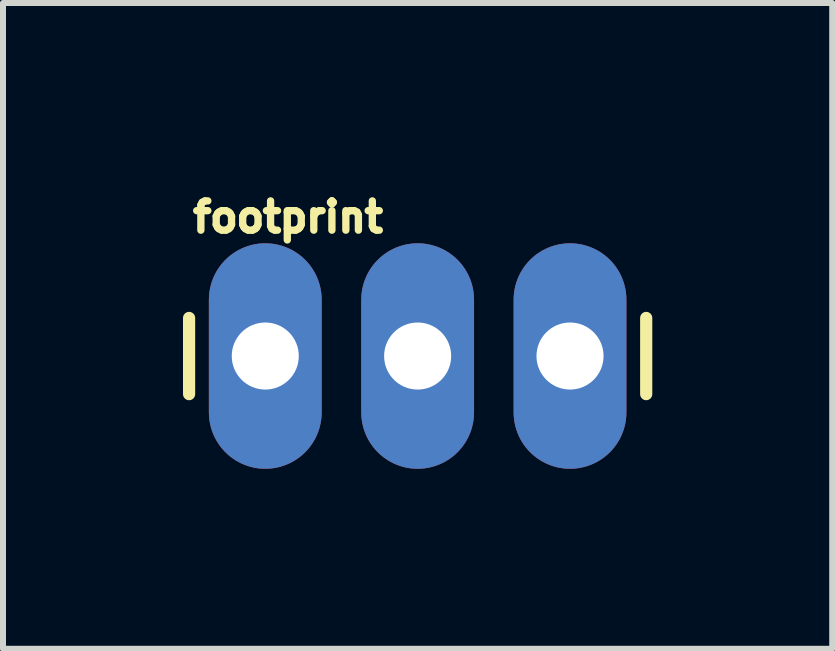
<source format=kicad_pcb>
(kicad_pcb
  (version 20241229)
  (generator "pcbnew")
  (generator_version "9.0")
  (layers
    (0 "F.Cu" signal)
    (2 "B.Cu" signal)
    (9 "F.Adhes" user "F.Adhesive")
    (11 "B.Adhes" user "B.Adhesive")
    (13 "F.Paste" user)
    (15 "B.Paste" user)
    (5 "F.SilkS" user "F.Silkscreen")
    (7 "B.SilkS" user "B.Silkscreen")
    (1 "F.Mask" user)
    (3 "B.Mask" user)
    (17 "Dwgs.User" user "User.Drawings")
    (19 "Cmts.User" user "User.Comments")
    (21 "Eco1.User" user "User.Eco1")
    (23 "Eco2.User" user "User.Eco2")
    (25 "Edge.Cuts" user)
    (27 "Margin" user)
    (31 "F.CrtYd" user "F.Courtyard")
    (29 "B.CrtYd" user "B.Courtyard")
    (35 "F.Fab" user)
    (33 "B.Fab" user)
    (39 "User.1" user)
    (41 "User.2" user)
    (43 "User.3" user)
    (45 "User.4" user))
  (footprint "footprint"
    (layer "F.Cu")
    (at 1.372 2.885)
    (property "Reference" "footprint" (at -1.27 -2.032 0) (layer "F.SilkS") (effects (font (size 0.488 0.488) (thickness 0.122)) (justify left bottom)))
    (fp_line (start -1.27 -0.635) (end -1.27 0.635) (stroke (width 0.203) (type solid)) (layer "F.SilkS"))
    (fp_line (start 6.35 -0.635) (end 6.35 0.635) (stroke (width 0.203) (type solid)) (layer "F.SilkS"))
    (fp_poly (pts (xy -0.254 0.254) (xy 0.254 0.254) (xy 0.254 -0.254) (xy -0.254 -0.254)) (stroke (width 0.1) (type solid)) (fill no) (layer "F.Fab"))
    (fp_poly (pts (xy 2.286 0.254) (xy 2.794 0.254) (xy 2.794 -0.254) (xy 2.286 -0.254)) (stroke (width 0.1) (type solid)) (fill no) (layer "F.Fab"))
    (fp_poly (pts (xy 4.826 0.254) (xy 5.334 0.254) (xy 5.334 -0.254) (xy 4.826 -0.254)) (stroke (width 0.1) (type solid)) (fill no) (layer "F.Fab"))
    (pad "1" thru_hole oval (at 0 0 90) (size 3.759 1.88) (drill 1.118) (layers "*.Cu" "*.Mask"))
    (pad "2" thru_hole oval (at 2.54 0 90) (size 3.759 1.88) (drill 1.118) (layers "*.Cu" "*.Mask"))
    (pad "3" thru_hole oval (at 5.08 0 90) (size 3.759 1.88) (drill 1.118) (layers "*.Cu" "*.Mask")))
  (gr_rect
    (start -3 -3)
    (end 10.823 7.765)
    (stroke (width 0.1) (type default))
    (fill no)
    (layer "Edge.Cuts")))
</source>
